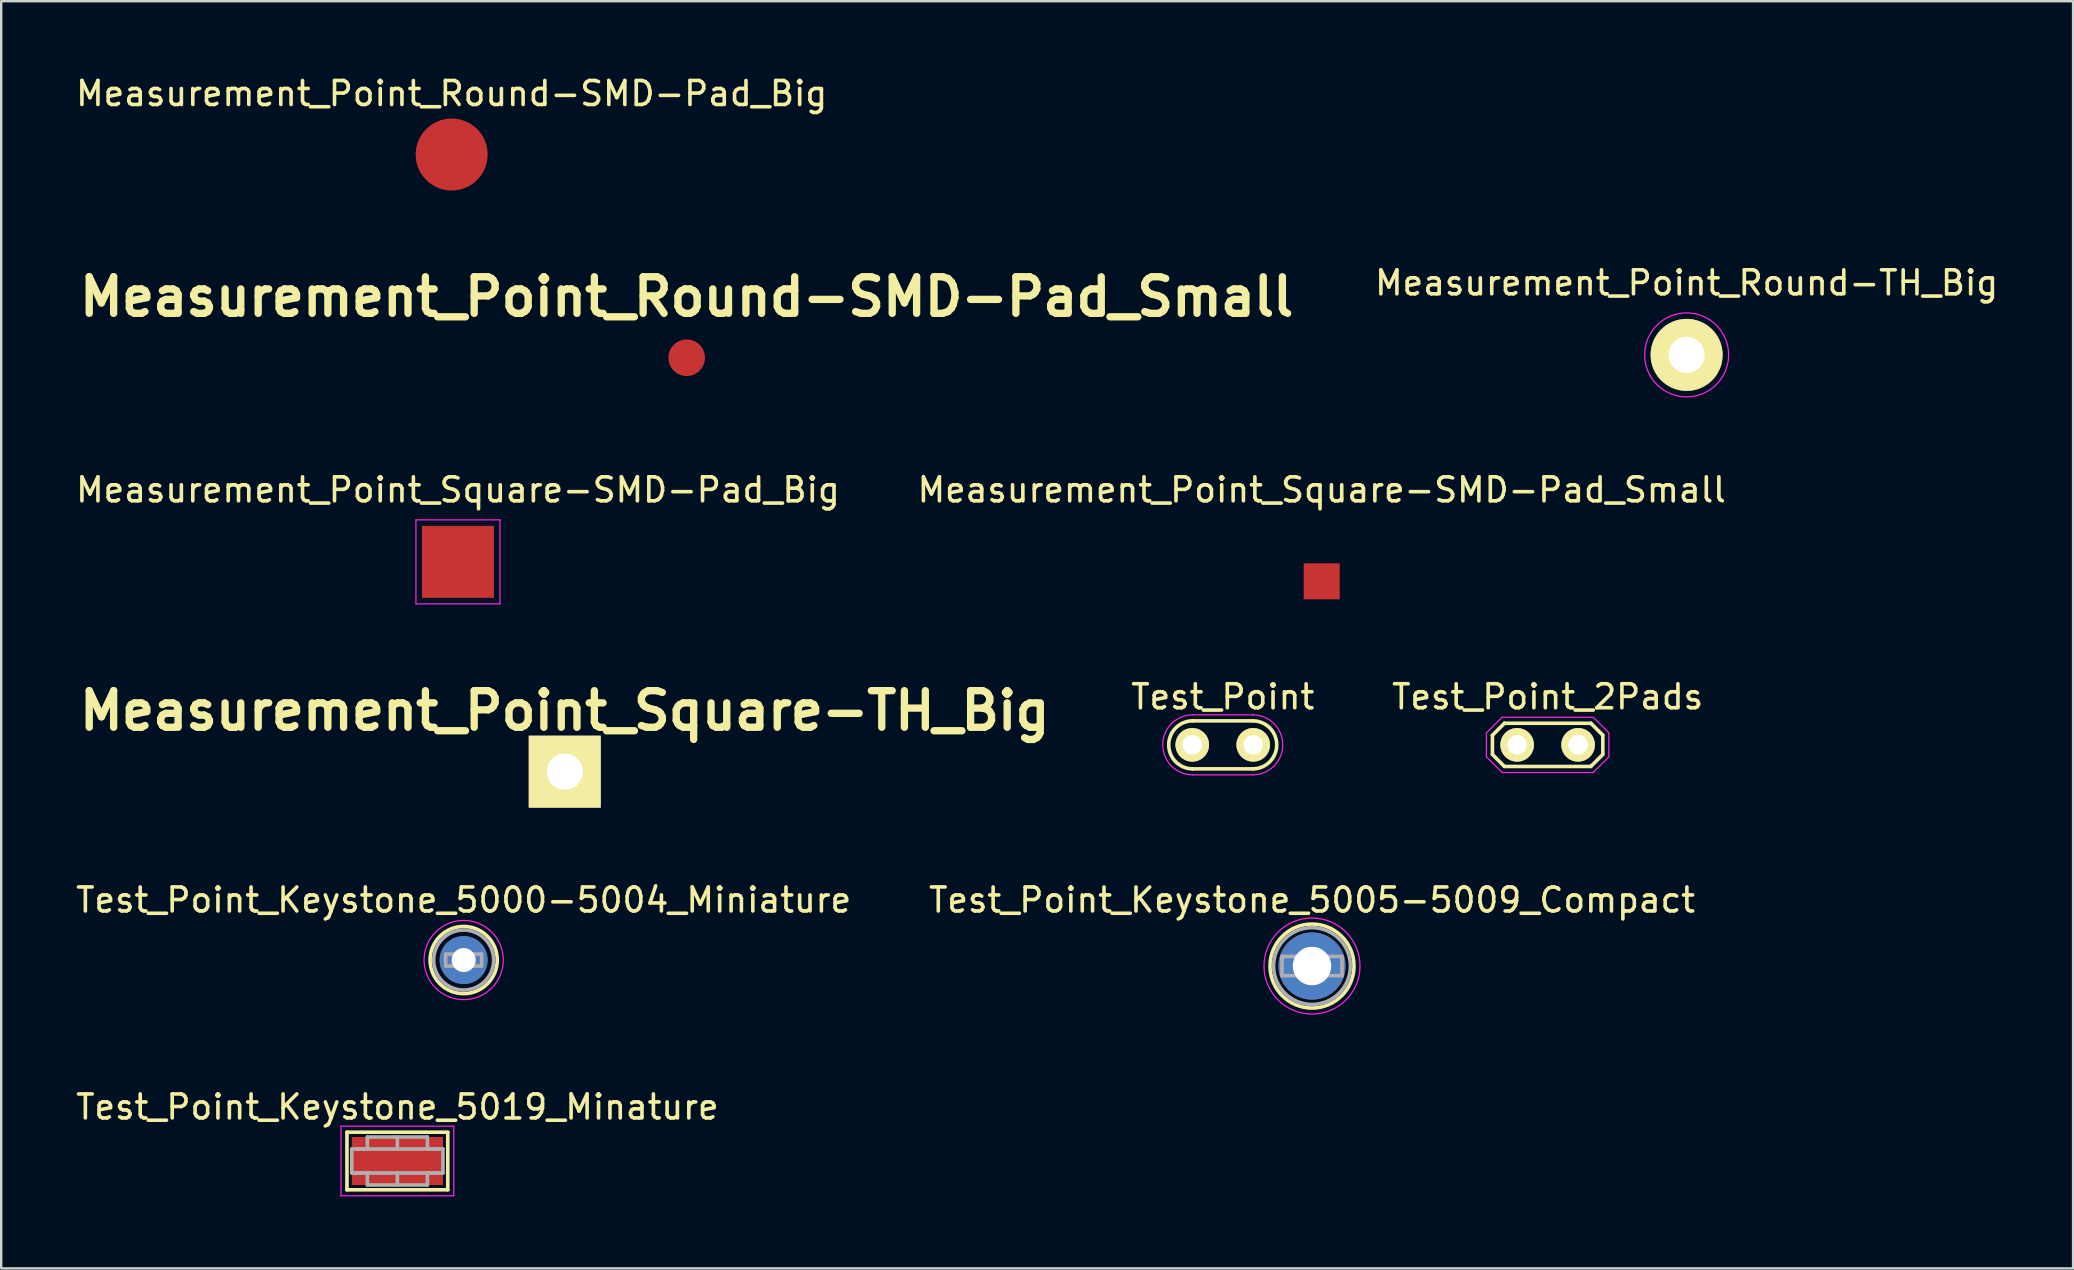
<source format=kicad_pcb>
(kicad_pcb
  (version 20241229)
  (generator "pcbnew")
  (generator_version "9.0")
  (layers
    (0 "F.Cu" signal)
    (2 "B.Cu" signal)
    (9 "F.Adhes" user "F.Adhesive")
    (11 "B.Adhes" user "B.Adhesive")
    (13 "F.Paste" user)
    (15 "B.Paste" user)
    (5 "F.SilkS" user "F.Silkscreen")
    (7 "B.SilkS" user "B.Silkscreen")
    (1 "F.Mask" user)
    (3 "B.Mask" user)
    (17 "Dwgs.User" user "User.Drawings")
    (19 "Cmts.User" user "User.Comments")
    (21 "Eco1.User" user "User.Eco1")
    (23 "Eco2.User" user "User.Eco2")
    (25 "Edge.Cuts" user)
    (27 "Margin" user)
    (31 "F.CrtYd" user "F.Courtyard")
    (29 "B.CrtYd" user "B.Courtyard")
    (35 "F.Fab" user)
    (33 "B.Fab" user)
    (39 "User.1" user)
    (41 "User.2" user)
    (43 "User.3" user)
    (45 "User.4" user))
  (footprint "Measurement_Point_Round-TH_Big"
    (layer "F.Cu")
    (at 67.221 11.736)
    (property "Reference" "Measurement_Point_Round-TH_Big" (at 0 -3 0) (layer "F.SilkS") (effects (font (size 1 1) (thickness 0.15))))
    (attr through_hole)
    (fp_circle (center 0 0) (end 1.75 0) (stroke (width 0.05) (type solid)) (fill no) (layer "F.CrtYd"))
    (pad "1" thru_hole circle (at 0 0) (size 3 3) (drill 1.5) (layers "*.Cu" "*.Mask" "F.SilkS")))
  (footprint "Test_Point"
    (layer "F.Cu")
    (at 47.894 27.983)
    (property "Reference" "Test_Point" (at 0 -2 0) (layer "F.SilkS") (effects (font (size 1 1) (thickness 0.15))))
    (attr through_hole)
    (fp_line (start 1.25 -1) (end -1.25 -1) (stroke (width 0.15) (type solid)) (layer "F.SilkS"))
    (fp_line (start 1.25 1) (end -1.25 1) (stroke (width 0.15) (type solid)) (layer "F.SilkS"))
    (fp_arc (start -1.25 1) (mid -2.25 0) (end -1.25 -1) (stroke (width 0.15) (type solid)) (layer "F.SilkS"))
    (fp_arc (start 1.25 -1) (mid 2.25 0) (end 1.25 1) (stroke (width 0.15) (type solid)) (layer "F.SilkS"))
    (fp_line (start -1.27 -1.25) (end 1.27 -1.25) (stroke (width 0.05) (type solid)) (layer "F.CrtYd"))
    (fp_line (start -1.25 1.25) (end 1.25 1.25) (stroke (width 0.05) (type solid)) (layer "F.CrtYd"))
    (fp_arc (start -1.25 1.25) (mid -2.5 0) (end -1.25 -1.25) (stroke (width 0.05) (type solid)) (layer "F.CrtYd"))
    (fp_arc (start 1.25 -1.25) (mid 2.5 0) (end 1.25 1.25) (stroke (width 0.05) (type solid)) (layer "F.CrtYd"))
    (pad "1" thru_hole circle (at -1.27 0) (size 1.4 1.4) (drill 0.813) (layers "*.Cu" "*.Mask" "F.SilkS"))
    (pad "1" thru_hole circle (at 1.27 0) (size 1.4 1.4) (drill 0.813) (layers "*.Cu" "*.Mask" "F.SilkS")))
  (footprint "Test_Point_Keystone_5019_Minature"
    (layer "F.Cu")
    (at 13.506 45.322)
    (property "Reference" "Test_Point_Keystone_5019_Minature" (at 0 -2.25 0) (layer "F.SilkS") (effects (font (size 1 1) (thickness 0.15))))
    (attr smd)
    (fp_line (start -2.1 -1.2) (end 2.1 -1.2) (stroke (width 0.15) (type solid)) (layer "F.SilkS"))
    (fp_line (start -2.1 1.2) (end -2.1 -1.2) (stroke (width 0.15) (type solid)) (layer "F.SilkS"))
    (fp_line (start 2.1 -1.2) (end 2.1 1.2) (stroke (width 0.15) (type solid)) (layer "F.SilkS"))
    (fp_line (start 2.1 1.2) (end -2.1 1.2) (stroke (width 0.15) (type solid)) (layer "F.SilkS"))
    (fp_line (start -2.35 -1.45) (end 2.35 -1.45) (stroke (width 0.05) (type solid)) (layer "F.CrtYd"))
    (fp_line (start -2.35 1.45) (end -2.35 -1.45) (stroke (width 0.05) (type solid)) (layer "F.CrtYd"))
    (fp_line (start 2.35 -1.45) (end 2.35 1.45) (stroke (width 0.05) (type solid)) (layer "F.CrtYd"))
    (fp_line (start 2.35 1.45) (end -2.35 1.45) (stroke (width 0.05) (type solid)) (layer "F.CrtYd"))
    (fp_line (start -1.9 -0.5) (end -1.9 0.5) (stroke (width 0.15) (type solid)) (layer "F.Fab"))
    (fp_line (start -1.9 -0.5) (end 1.9 -0.5) (stroke (width 0.15) (type solid)) (layer "F.Fab"))
    (fp_line (start -1.75 0.5) (end -1.25 0.5) (stroke (width 0.15) (type solid)) (layer "F.Fab"))
    (fp_line (start -1.25 -1) (end -1.25 -0.5) (stroke (width 0.15) (type solid)) (layer "F.Fab"))
    (fp_line (start -1.25 -0.5) (end -1.75 -0.5) (stroke (width 0.15) (type solid)) (layer "F.Fab"))
    (fp_line (start -1.25 0.5) (end -1.25 1) (stroke (width 0.15) (type solid)) (layer "F.Fab"))
    (fp_line (start -1.25 1) (end 1.25 1) (stroke (width 0.15) (type solid)) (layer "F.Fab"))
    (fp_line (start 0 -1) (end 0 -0.5) (stroke (width 0.15) (type solid)) (layer "F.Fab"))
    (fp_line (start 0 0.5) (end 0 1) (stroke (width 0.15) (type solid)) (layer "F.Fab"))
    (fp_line (start 1.25 -1) (end -1.25 -1) (stroke (width 0.15) (type solid)) (layer "F.Fab"))
    (fp_line (start 1.25 -0.5) (end 1.25 -1) (stroke (width 0.15) (type solid)) (layer "F.Fab"))
    (fp_line (start 1.25 0.5) (end 1.75 0.5) (stroke (width 0.15) (type solid)) (layer "F.Fab"))
    (fp_line (start 1.25 1) (end 1.25 0.5) (stroke (width 0.15) (type solid)) (layer "F.Fab"))
    (fp_line (start 1.75 -0.5) (end 1.25 -0.5) (stroke (width 0.15) (type solid)) (layer "F.Fab"))
    (fp_line (start 1.9 0.5) (end -1.9 0.5) (stroke (width 0.15) (type solid)) (layer "F.Fab"))
    (fp_line (start 1.9 0.5) (end 1.9 -0.5) (stroke (width 0.15) (type solid)) (layer "F.Fab"))
    (pad "1" smd rect (at 0 0) (size 3.8 2) (layers "F.Cu" "F.Mask" "F.Paste")))
  (footprint "Measurement_Point_Round-SMD-Pad_Small"
    (layer "F.Cu")
    (at 25.56 11.855)
    (property "Reference" "Measurement_Point_Round-SMD-Pad_Small" (at 0 -2.54 0) (layer "F.SilkS") (effects (font (size 1.524 1.524) (thickness 0.305))))
    (attr through_hole)
    (pad "1" smd circle (at 0 0) (size 1.524 1.524) (layers "F.Cu" "F.Mask" "F.Paste")))
  (footprint "Test_Point_Keystone_5005-5009_Compact"
    (layer "F.Cu")
    (at 51.613 37.199)
    (property "Reference" "Test_Point_Keystone_5005-5009_Compact" (at 0 -2.75 0) (layer "F.SilkS") (effects (font (size 1 1) (thickness 0.15))))
    (attr through_hole)
    (fp_circle (center 0 0) (end 1.75 0) (stroke (width 0.15) (type solid)) (fill no) (layer "F.SilkS"))
    (fp_circle (center 0 0) (end 2 0) (stroke (width 0.05) (type solid)) (fill no) (layer "F.CrtYd"))
    (fp_line (start -1.25 -0.4) (end 1.25 -0.4) (stroke (width 0.15) (type solid)) (layer "F.Fab"))
    (fp_line (start -1.25 0.4) (end -1.25 -0.4) (stroke (width 0.15) (type solid)) (layer "F.Fab"))
    (fp_line (start 1.25 -0.4) (end 1.25 0.4) (stroke (width 0.15) (type solid)) (layer "F.Fab"))
    (fp_line (start 1.25 0.4) (end -1.25 0.4) (stroke (width 0.15) (type solid)) (layer "F.Fab"))
    (fp_circle (center 0 0) (end 1.6 0) (stroke (width 0.15) (type solid)) (fill no) (layer "F.Fab"))
    (pad "1" thru_hole circle (at 0 0) (size 2.8 2.8) (drill 1.6) (layers "*.Cu" "*.Mask")))
  (footprint "Measurement_Point_Square-SMD-Pad_Small"
    (layer "F.Cu")
    (at 52.018 21.17)
    (property "Reference" "Measurement_Point_Square-SMD-Pad_Small" (at 0 -3.81 0) (layer "F.SilkS") (effects (font (size 1 1) (thickness 0.15))))
    (attr through_hole)
    (pad "1" smd rect (at 0 0) (size 1.501 1.501) (layers "F.Cu" "F.Mask" "F.Paste")))
  (footprint "Measurement_Point_Round-SMD-Pad_Big"
    (layer "F.Cu")
    (at 15.768 3.388)
    (property "Reference" "Measurement_Point_Round-SMD-Pad_Big" (at 0 -2.54 0) (layer "F.SilkS") (effects (font (size 1 1) (thickness 0.15))))
    (attr through_hole)
    (pad "1" smd circle (at 0 0) (size 3 3) (layers "F.Cu" "F.Mask" "F.Paste")))
  (footprint "Test_Point_Keystone_5000-5004_Miniature"
    (layer "F.Cu")
    (at 16.268 36.949)
    (property "Reference" "Test_Point_Keystone_5000-5004_Miniature" (at 0 -2.5 0) (layer "F.SilkS") (effects (font (size 1 1) (thickness 0.15))))
    (attr through_hole)
    (fp_circle (center 0 0) (end 1.4 0) (stroke (width 0.15) (type solid)) (fill no) (layer "F.SilkS"))
    (fp_circle (center 0 0) (end 1.65 0) (stroke (width 0.05) (type solid)) (fill no) (layer "F.CrtYd"))
    (fp_line (start -0.75 -0.25) (end 0.75 -0.25) (stroke (width 0.15) (type solid)) (layer "F.Fab"))
    (fp_line (start -0.75 0.25) (end -0.75 -0.25) (stroke (width 0.15) (type solid)) (layer "F.Fab"))
    (fp_line (start 0.75 -0.25) (end 0.75 0.25) (stroke (width 0.15) (type solid)) (layer "F.Fab"))
    (fp_line (start 0.75 0.25) (end -0.75 0.25) (stroke (width 0.15) (type solid)) (layer "F.Fab"))
    (fp_circle (center 0 0) (end 1.25 0) (stroke (width 0.15) (type solid)) (fill no) (layer "F.Fab"))
    (pad "1" thru_hole circle (at 0 0) (size 2 2) (drill 1) (layers "*.Cu" "*.Mask")))
  (footprint "Measurement_Point_Square-TH_Big"
    (layer "F.Cu")
    (at 20.48 29.101)
    (property "Reference" "Measurement_Point_Square-TH_Big" (at 0 -2.54 0) (layer "F.SilkS") (effects (font (size 1.524 1.524) (thickness 0.305))))
    (attr through_hole)
    (pad "1" thru_hole rect (at 0 0) (size 3 3) (drill 1.501) (layers "*.Cu" "*.Mask" "F.SilkS")))
  (footprint "Measurement_Point_Square-SMD-Pad_Big"
    (layer "F.Cu")
    (at 16.03 20.36)
    (property "Reference" "Measurement_Point_Square-SMD-Pad_Big" (at 0 -3 0) (layer "F.SilkS") (effects (font (size 1 1) (thickness 0.15))))
    (attr smd)
    (fp_line (start -1.75 -1.75) (end 1.75 -1.75) (stroke (width 0.05) (type solid)) (layer "F.CrtYd"))
    (fp_line (start -1.75 1.75) (end -1.75 -1.75) (stroke (width 0.05) (type solid)) (layer "F.CrtYd"))
    (fp_line (start 1.75 -1.75) (end 1.75 1.75) (stroke (width 0.05) (type solid)) (layer "F.CrtYd"))
    (fp_line (start 1.75 1.75) (end -1.75 1.75) (stroke (width 0.05) (type solid)) (layer "F.CrtYd"))
    (pad "1" smd rect (at 0 0) (size 3 3) (layers "F.Cu" "F.Mask")))
  (footprint "Test_Point_2Pads"
    (layer "F.Cu")
    (at 61.43 27.983)
    (property "Reference" "Test_Point_2Pads" (at 0 -2 0) (layer "F.SilkS") (effects (font (size 1 1) (thickness 0.15))))
    (attr through_hole)
    (fp_line (start -2.3 -0.4) (end -1.8 -0.9) (stroke (width 0.15) (type solid)) (layer "F.SilkS"))
    (fp_line (start -2.3 0.4) (end -2.3 -0.4) (stroke (width 0.15) (type solid)) (layer "F.SilkS"))
    (fp_line (start -1.8 -0.9) (end 1.8 -0.9) (stroke (width 0.15) (type solid)) (layer "F.SilkS"))
    (fp_line (start -1.8 0.9) (end -2.3 0.4) (stroke (width 0.15) (type solid)) (layer "F.SilkS"))
    (fp_line (start 1.8 -0.9) (end 2.3 -0.4) (stroke (width 0.15) (type solid)) (layer "F.SilkS"))
    (fp_line (start 1.8 0.9) (end -1.8 0.9) (stroke (width 0.15) (type solid)) (layer "F.SilkS"))
    (fp_line (start 2.3 -0.4) (end 2.3 0.4) (stroke (width 0.15) (type solid)) (layer "F.SilkS"))
    (fp_line (start 2.3 0.4) (end 1.8 0.9) (stroke (width 0.15) (type solid)) (layer "F.SilkS"))
    (fp_line (start -2.55 -0.5) (end -2.55 0.5) (stroke (width 0.05) (type solid)) (layer "F.CrtYd"))
    (fp_line (start -2.55 0.5) (end -1.9 1.15) (stroke (width 0.05) (type solid)) (layer "F.CrtYd"))
    (fp_line (start -1.9 -1.15) (end -2.55 -0.5) (stroke (width 0.05) (type solid)) (layer "F.CrtYd"))
    (fp_line (start -1.9 1.15) (end 1.9 1.15) (stroke (width 0.05) (type solid)) (layer "F.CrtYd"))
    (fp_line (start 1.9 -1.15) (end -1.9 -1.15) (stroke (width 0.05) (type solid)) (layer "F.CrtYd"))
    (fp_line (start 1.9 1.15) (end 2.55 0.5) (stroke (width 0.05) (type solid)) (layer "F.CrtYd"))
    (fp_line (start 2.55 -0.5) (end 1.9 -1.15) (stroke (width 0.05) (type solid)) (layer "F.CrtYd"))
    (fp_line (start 2.55 0.5) (end 2.55 -0.5) (stroke (width 0.05) (type solid)) (layer "F.CrtYd"))
    (pad "1" thru_hole circle (at -1.27 0) (size 1.4 1.4) (drill 0.813) (layers "*.Cu" "*.Mask" "F.SilkS"))
    (pad "2" thru_hole circle (at 1.27 0) (size 1.4 1.4) (drill 0.813) (layers "*.Cu" "*.Mask" "F.SilkS")))
  (gr_rect
    (start -3 -3)
    (end 83.322 49.797)
    (stroke (width 0.1) (type default))
    (fill no)
    (layer "Edge.Cuts")))
</source>
